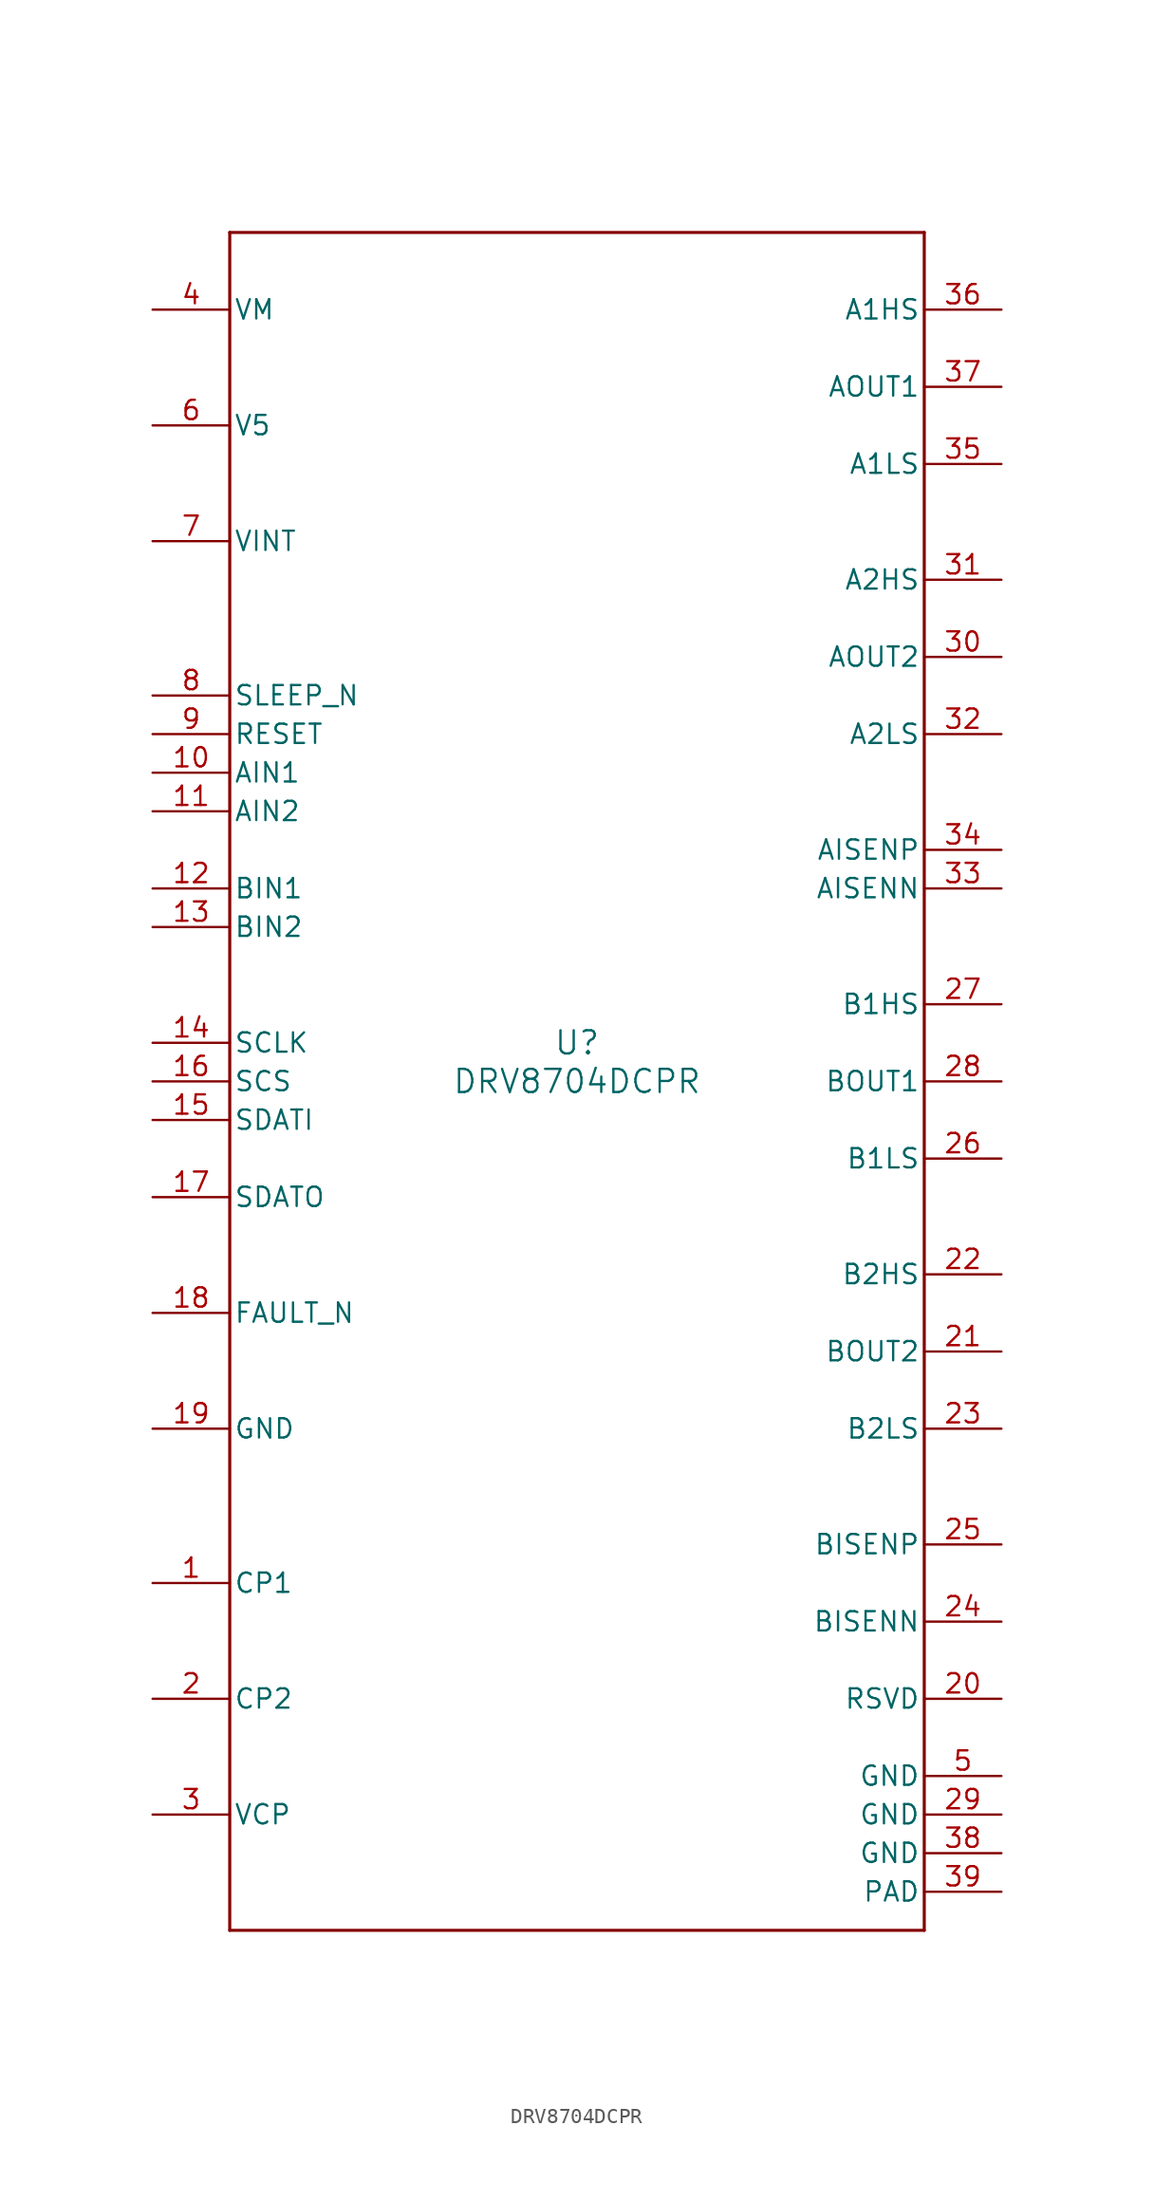
<source format=kicad_sym>
(kicad_symbol_lib
  (version 20211014)
  (generator kicad_symbol_editor)
  (symbol "DRV8704DCPR"
    (pin_names
      (offset 0.254))
    (property "Reference" "U"
      (at 0 2.54 0)
      (effects (font (size 1.524 1.524))))
    (property "Value" "DRV8704DCPR"
      (at 0 0 0)
      (effects (font (size 1.524 1.524))))
    (symbol "DRV8704DCPR_0_1"
      (polyline (pts (xy -22.86 -55.88) (xy 22.86 -55.88)) (stroke (width 0.203) (type default) (color 0 0 0 0)) (fill (type none)))
      (polyline (pts (xy 22.86 -55.88) (xy 22.86 55.88)) (stroke (width 0.203) (type default) (color 0 0 0 0)) (fill (type none)))
      (polyline (pts (xy 22.86 55.88) (xy -22.86 55.88)) (stroke (width 0.203) (type default) (color 0 0 0 0)) (fill (type none)))
      (polyline (pts (xy -22.86 55.88) (xy -22.86 -55.88)) (stroke (width 0.203) (type default) (color 0 0 0 0)) (fill (type none)))
      (pin unspecified line (at -27.94 -33.02 0) (length 5.08) (name "CP1" (effects (font (size 1.27 1.27)))) (number "1" (effects (font (size 1.27 1.27)))))
      (pin unspecified line (at -27.94 -40.64 0) (length 5.08) (name "CP2" (effects (font (size 1.27 1.27)))) (number "2" (effects (font (size 1.27 1.27)))))
      (pin unspecified line (at -27.94 -48.26 0) (length 5.08) (name "VCP" (effects (font (size 1.27 1.27)))) (number "3" (effects (font (size 1.27 1.27)))))
      (pin power_in line (at -27.94 50.8 0) (length 5.08) (name "VM" (effects (font (size 1.27 1.27)))) (number "4" (effects (font (size 1.27 1.27)))))
      (pin power_in line (at 27.94 -45.72 180) (length 5.08) (name "GND" (effects (font (size 1.27 1.27)))) (number "5" (effects (font (size 1.27 1.27)))))
      (pin power_in line (at -27.94 43.18 0) (length 5.08) (name "V5" (effects (font (size 1.27 1.27)))) (number "6" (effects (font (size 1.27 1.27)))))
      (pin power_in line (at -27.94 35.56 0) (length 5.08) (name "VINT" (effects (font (size 1.27 1.27)))) (number "7" (effects (font (size 1.27 1.27)))))
      (pin input line (at -27.94 25.4 0) (length 5.08) (name "SLEEP_N" (effects (font (size 1.27 1.27)))) (number "8" (effects (font (size 1.27 1.27)))))
      (pin input line (at -27.94 22.86 0) (length 5.08) (name "RESET" (effects (font (size 1.27 1.27)))) (number "9" (effects (font (size 1.27 1.27)))))
      (pin input line (at -27.94 20.32 0) (length 5.08) (name "AIN1" (effects (font (size 1.27 1.27)))) (number "10" (effects (font (size 1.27 1.27)))))
      (pin input line (at -27.94 17.78 0) (length 5.08) (name "AIN2" (effects (font (size 1.27 1.27)))) (number "11" (effects (font (size 1.27 1.27)))))
      (pin input line (at -27.94 12.7 0) (length 5.08) (name "BIN1" (effects (font (size 1.27 1.27)))) (number "12" (effects (font (size 1.27 1.27)))))
      (pin input line (at -27.94 10.16 0) (length 5.08) (name "BIN2" (effects (font (size 1.27 1.27)))) (number "13" (effects (font (size 1.27 1.27)))))
      (pin input line (at -27.94 2.54 0) (length 5.08) (name "SCLK" (effects (font (size 1.27 1.27)))) (number "14" (effects (font (size 1.27 1.27)))))
      (pin input line (at -27.94 -2.54 0) (length 5.08) (name "SDATI" (effects (font (size 1.27 1.27)))) (number "15" (effects (font (size 1.27 1.27)))))
      (pin input line (at -27.94 0 0) (length 5.08) (name "SCS" (effects (font (size 1.27 1.27)))) (number "16" (effects (font (size 1.27 1.27)))))
      (pin open_collector line (at -27.94 -7.62 0) (length 5.08) (name "SDATO" (effects (font (size 1.27 1.27)))) (number "17" (effects (font (size 1.27 1.27)))))
      (pin open_collector line (at -27.94 -15.24 0) (length 5.08) (name "FAULT_N" (effects (font (size 1.27 1.27)))) (number "18" (effects (font (size 1.27 1.27)))))
      (pin power_in line (at -27.94 -22.86 0) (length 5.08) (name "GND" (effects (font (size 1.27 1.27)))) (number "19" (effects (font (size 1.27 1.27)))))
      (pin unspecified line (at 27.94 -40.64 180) (length 5.08) (name "RSVD" (effects (font (size 1.27 1.27)))) (number "20" (effects (font (size 1.27 1.27)))))
      (pin input line (at 27.94 -17.78 180) (length 5.08) (name "BOUT2" (effects (font (size 1.27 1.27)))) (number "21" (effects (font (size 1.27 1.27)))))
      (pin output line (at 27.94 -12.7 180) (length 5.08) (name "B2HS" (effects (font (size 1.27 1.27)))) (number "22" (effects (font (size 1.27 1.27)))))
      (pin output line (at 27.94 -22.86 180) (length 5.08) (name "B2LS" (effects (font (size 1.27 1.27)))) (number "23" (effects (font (size 1.27 1.27)))))
      (pin input line (at 27.94 -35.56 180) (length 5.08) (name "BISENN" (effects (font (size 1.27 1.27)))) (number "24" (effects (font (size 1.27 1.27)))))
      (pin input line (at 27.94 -30.48 180) (length 5.08) (name "BISENP" (effects (font (size 1.27 1.27)))) (number "25" (effects (font (size 1.27 1.27)))))
      (pin output line (at 27.94 -5.08 180) (length 5.08) (name "B1LS" (effects (font (size 1.27 1.27)))) (number "26" (effects (font (size 1.27 1.27)))))
      (pin output line (at 27.94 5.08 180) (length 5.08) (name "B1HS" (effects (font (size 1.27 1.27)))) (number "27" (effects (font (size 1.27 1.27)))))
      (pin input line (at 27.94 0 180) (length 5.08) (name "BOUT1" (effects (font (size 1.27 1.27)))) (number "28" (effects (font (size 1.27 1.27)))))
      (pin power_in line (at 27.94 -48.26 180) (length 5.08) (name "GND" (effects (font (size 1.27 1.27)))) (number "29" (effects (font (size 1.27 1.27)))))
      (pin input line (at 27.94 27.94 180) (length 5.08) (name "AOUT2" (effects (font (size 1.27 1.27)))) (number "30" (effects (font (size 1.27 1.27)))))
      (pin output line (at 27.94 33.02 180) (length 5.08) (name "A2HS" (effects (font (size 1.27 1.27)))) (number "31" (effects (font (size 1.27 1.27)))))
      (pin output line (at 27.94 22.86 180) (length 5.08) (name "A2LS" (effects (font (size 1.27 1.27)))) (number "32" (effects (font (size 1.27 1.27)))))
      (pin input line (at 27.94 12.7 180) (length 5.08) (name "AISENN" (effects (font (size 1.27 1.27)))) (number "33" (effects (font (size 1.27 1.27)))))
      (pin input line (at 27.94 15.24 180) (length 5.08) (name "AISENP" (effects (font (size 1.27 1.27)))) (number "34" (effects (font (size 1.27 1.27)))))
      (pin output line (at 27.94 40.64 180) (length 5.08) (name "A1LS" (effects (font (size 1.27 1.27)))) (number "35" (effects (font (size 1.27 1.27)))))
      (pin output line (at 27.94 50.8 180) (length 5.08) (name "A1HS" (effects (font (size 1.27 1.27)))) (number "36" (effects (font (size 1.27 1.27)))))
      (pin input line (at 27.94 45.72 180) (length 5.08) (name "AOUT1" (effects (font (size 1.27 1.27)))) (number "37" (effects (font (size 1.27 1.27)))))
      (pin power_in line (at 27.94 -50.8 180) (length 5.08) (name "GND" (effects (font (size 1.27 1.27)))) (number "38" (effects (font (size 1.27 1.27)))))
      (pin power_in line (at 27.94 -53.34 180) (length 5.08) (name "PAD" (effects (font (size 1.27 1.27)))) (number "39" (effects (font (size 1.27 1.27))))))))
</source>
